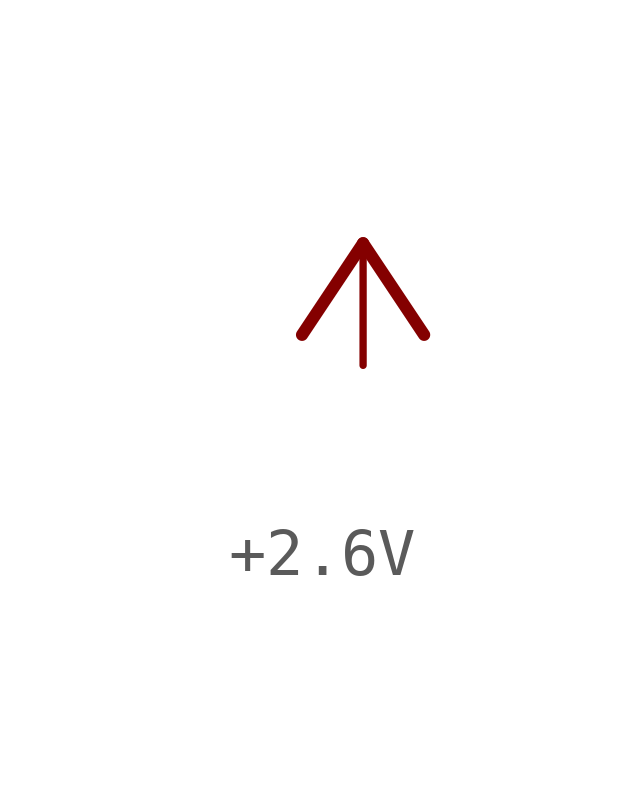
<source format=kicad_sym>
(kicad_symbol_lib
  (version 20241209)
  (generator "kicad_symbol_editor")
  (generator_version "9.0")
  (symbol "+2.6V"
    (power)
    (property "Reference" ""
      (at 0 0 0)
      (effects (font (size 1.27 1.27)) (hide yes)))
    (property "Value" ""
      (at -2.54 -2.54 90)
      (effects (font (size 1.778 1.511)) (justify left bottom)))
    (property "ki_locked" ""
      (at 0 0 0)
      (effects (font (size 1.27 1.27))))
    (symbol "+2.6V_1_0"
      (polyline (pts (xy 0 2.54) (xy -1.27 0.635)) (stroke (width 0.254) (type solid)) (fill (type none)))
      (polyline (pts (xy 1.27 0.635) (xy 0 2.54)) (stroke (width 0.254) (type solid)) (fill (type none)))
      (pin power_in line (at 0 0 90) (length 2.54) (name "+2.6V" (effects (font (size 0 0)))) (number "1" (effects (font (size 0 0))))))))
</source>
